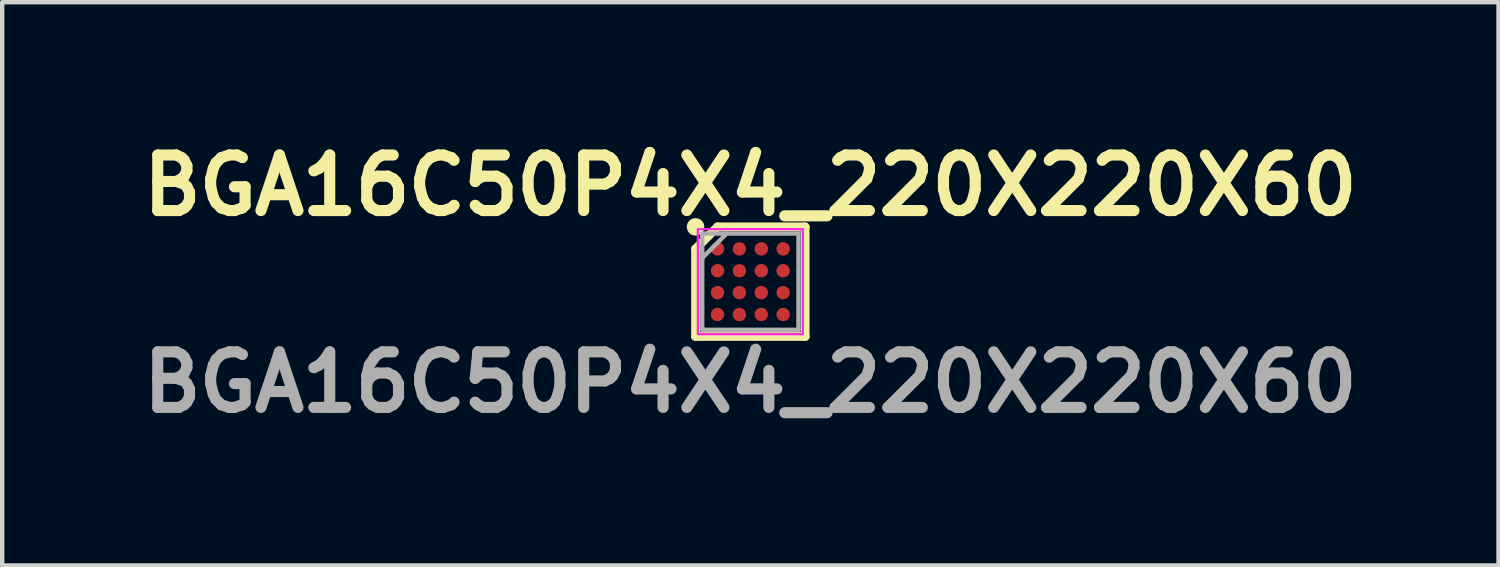
<source format=kicad_pcb>
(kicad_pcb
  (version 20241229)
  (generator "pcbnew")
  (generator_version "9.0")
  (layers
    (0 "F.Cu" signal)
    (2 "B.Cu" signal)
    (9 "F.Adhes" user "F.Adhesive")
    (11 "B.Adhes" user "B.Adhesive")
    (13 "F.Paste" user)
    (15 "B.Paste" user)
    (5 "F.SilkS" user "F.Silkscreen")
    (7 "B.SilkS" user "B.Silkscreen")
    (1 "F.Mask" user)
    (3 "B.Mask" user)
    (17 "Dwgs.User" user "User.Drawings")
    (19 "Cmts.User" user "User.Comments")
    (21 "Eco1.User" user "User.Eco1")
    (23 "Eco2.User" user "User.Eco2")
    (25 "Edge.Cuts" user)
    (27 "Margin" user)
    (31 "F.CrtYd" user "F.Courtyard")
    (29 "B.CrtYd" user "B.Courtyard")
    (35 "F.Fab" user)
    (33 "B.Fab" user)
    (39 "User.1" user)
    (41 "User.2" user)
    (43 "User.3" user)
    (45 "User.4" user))
  (footprint "BGA16C50P4X4_220X220X60"
    (layer "F.Cu")
    (at 14.103 3.389)
    (property "Reference" "BGA16C50P4X4_220X220X60" (at 0 -2.2 0) (layer "F.SilkS") (effects (font (size 1.27 1.27) (thickness 0.254))))
    (attr smd)
    (fp_line (start -1.253 -0.75) (end -0.75 -1.253) (stroke (width 0.2) (type solid)) (layer "F.SilkS"))
    (fp_line (start -1.253 1.253) (end -1.253 -0.75) (stroke (width 0.2) (type solid)) (layer "F.SilkS"))
    (fp_line (start -0.75 -1.253) (end 1.253 -1.253) (stroke (width 0.2) (type solid)) (layer "F.SilkS"))
    (fp_line (start 1.253 -1.253) (end 1.253 1.253) (stroke (width 0.2) (type solid)) (layer "F.SilkS"))
    (fp_line (start 1.253 1.253) (end -1.253 1.253) (stroke (width 0.2) (type solid)) (layer "F.SilkS"))
    (fp_circle (center -1.253 -1.253) (end -1.253 -1.153) (stroke (width 0.2) (type solid)) (fill no) (layer "F.SilkS"))
    (fp_rect (start -1.2 -1.2) (end 1.2 1.2) (stroke (width 0.05) (type default)) (fill no) (layer "F.CrtYd"))
    (fp_line (start -1.1 -1.1) (end 1.1 -1.1) (stroke (width 0.1) (type solid)) (layer "F.Fab"))
    (fp_line (start -1.1 -0.542) (end -0.542 -1.1) (stroke (width 0.1) (type solid)) (layer "F.Fab"))
    (fp_line (start -1.1 1.1) (end -1.1 -1.1) (stroke (width 0.1) (type solid)) (layer "F.Fab"))
    (fp_line (start 1.1 -1.1) (end 1.1 1.1) (stroke (width 0.1) (type solid)) (layer "F.Fab"))
    (fp_line (start 1.1 1.1) (end -1.1 1.1) (stroke (width 0.1) (type solid)) (layer "F.Fab"))
    (fp_text user "${REFERENCE}" (at 0 2.3 0) (layer "F.Fab") (effects (font (size 1.27 1.27) (thickness 0.254))))
    (pad "A1" smd circle (at -0.75 -0.75 90) (size 0.306 0.306) (layers "F.Cu" "F.Mask" "F.Paste"))
    (pad "A2" smd circle (at -0.25 -0.75 90) (size 0.306 0.306) (layers "F.Cu" "F.Mask" "F.Paste"))
    (pad "A3" smd circle (at 0.25 -0.75 90) (size 0.306 0.306) (layers "F.Cu" "F.Mask" "F.Paste"))
    (pad "A4" smd circle (at 0.75 -0.75 90) (size 0.306 0.306) (layers "F.Cu" "F.Mask" "F.Paste"))
    (pad "B1" smd circle (at -0.75 -0.25 90) (size 0.306 0.306) (layers "F.Cu" "F.Mask" "F.Paste"))
    (pad "B2" smd circle (at -0.25 -0.25 90) (size 0.306 0.306) (layers "F.Cu" "F.Mask" "F.Paste"))
    (pad "B3" smd circle (at 0.25 -0.25 90) (size 0.306 0.306) (layers "F.Cu" "F.Mask" "F.Paste"))
    (pad "B4" smd circle (at 0.75 -0.25 90) (size 0.306 0.306) (layers "F.Cu" "F.Mask" "F.Paste"))
    (pad "C1" smd circle (at -0.75 0.25 90) (size 0.306 0.306) (layers "F.Cu" "F.Mask" "F.Paste"))
    (pad "C2" smd circle (at -0.25 0.25 90) (size 0.306 0.306) (layers "F.Cu" "F.Mask" "F.Paste"))
    (pad "C3" smd circle (at 0.25 0.25 90) (size 0.306 0.306) (layers "F.Cu" "F.Mask" "F.Paste"))
    (pad "C4" smd circle (at 0.75 0.25 90) (size 0.306 0.306) (layers "F.Cu" "F.Mask" "F.Paste"))
    (pad "D1" smd circle (at -0.75 0.75 90) (size 0.306 0.306) (layers "F.Cu" "F.Mask" "F.Paste"))
    (pad "D2" smd circle (at -0.25 0.75 90) (size 0.306 0.306) (layers "F.Cu" "F.Mask" "F.Paste"))
    (pad "D3" smd circle (at 0.25 0.75 90) (size 0.306 0.306) (layers "F.Cu" "F.Mask" "F.Paste"))
    (pad "D4" smd circle (at 0.75 0.75 90) (size 0.306 0.306) (layers "F.Cu" "F.Mask" "F.Paste")))
  (gr_rect
    (start -3 -3)
    (end 31.206 9.877)
    (stroke (width 0.1) (type default))
    (fill no)
    (layer "Edge.Cuts")))
</source>
